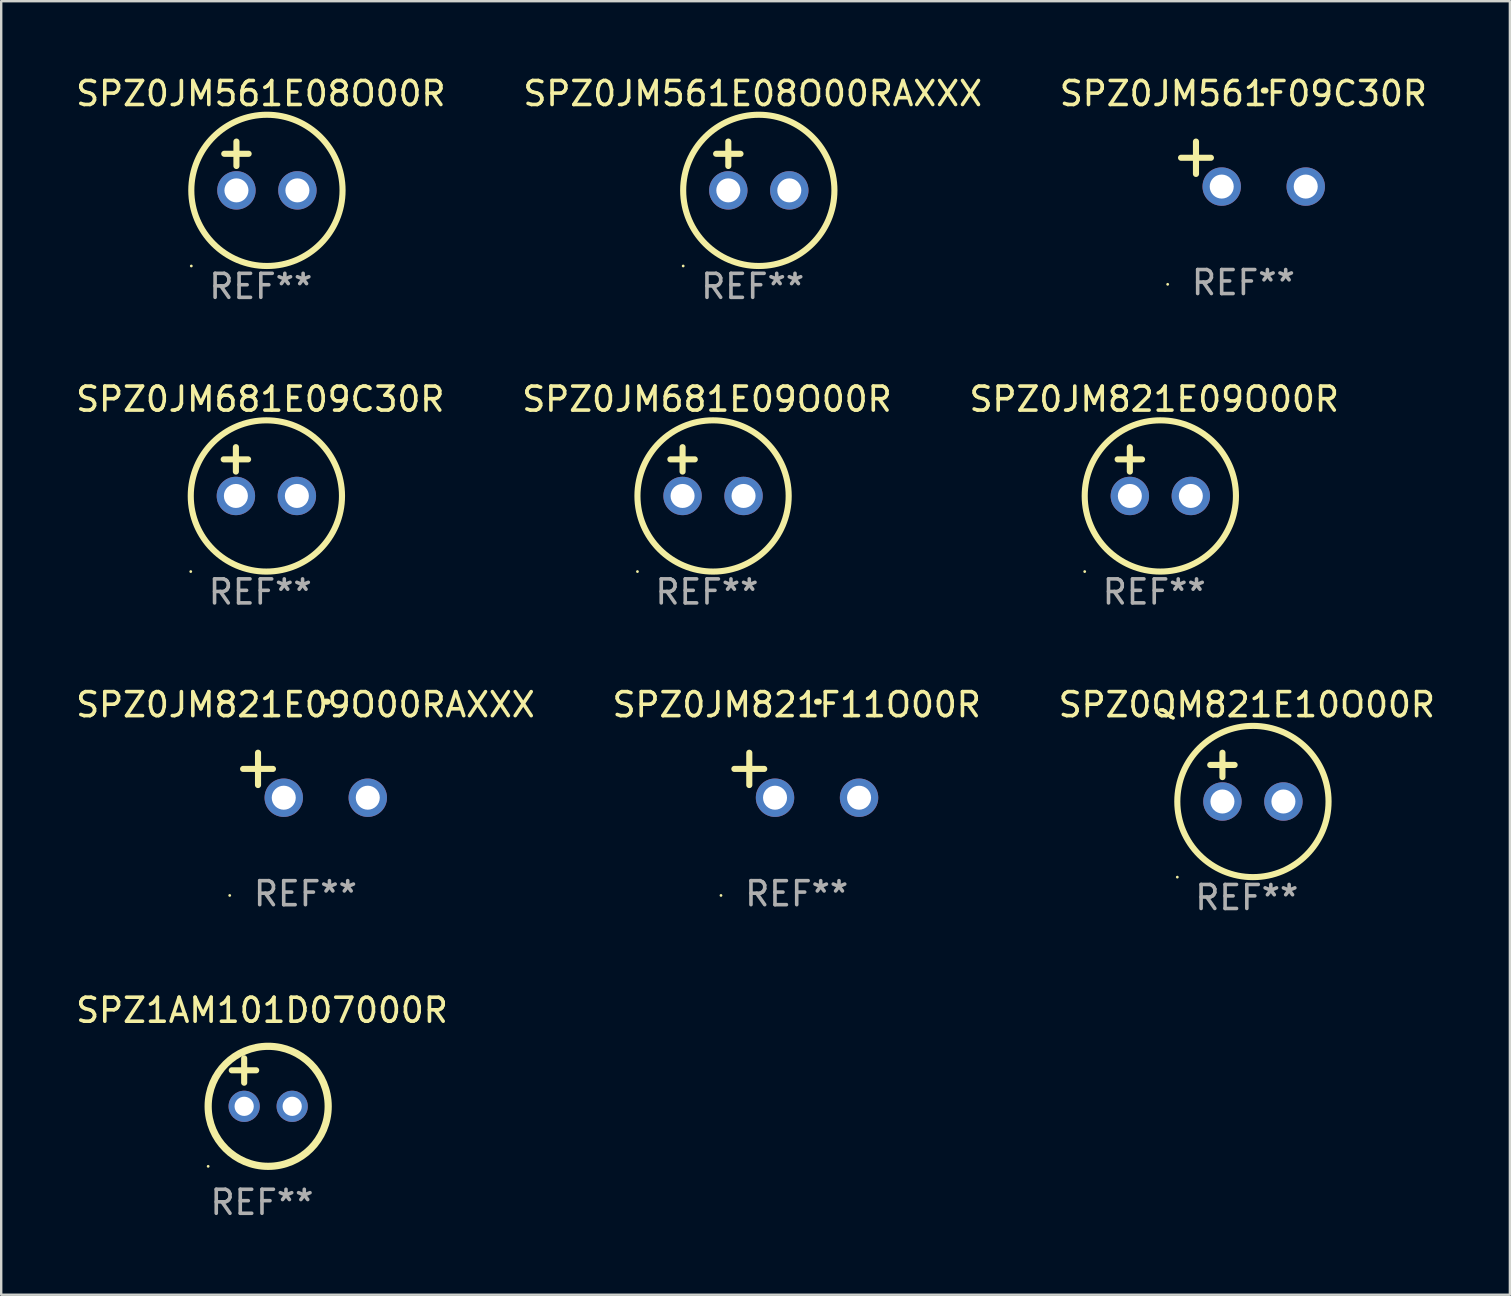
<source format=kicad_pcb>
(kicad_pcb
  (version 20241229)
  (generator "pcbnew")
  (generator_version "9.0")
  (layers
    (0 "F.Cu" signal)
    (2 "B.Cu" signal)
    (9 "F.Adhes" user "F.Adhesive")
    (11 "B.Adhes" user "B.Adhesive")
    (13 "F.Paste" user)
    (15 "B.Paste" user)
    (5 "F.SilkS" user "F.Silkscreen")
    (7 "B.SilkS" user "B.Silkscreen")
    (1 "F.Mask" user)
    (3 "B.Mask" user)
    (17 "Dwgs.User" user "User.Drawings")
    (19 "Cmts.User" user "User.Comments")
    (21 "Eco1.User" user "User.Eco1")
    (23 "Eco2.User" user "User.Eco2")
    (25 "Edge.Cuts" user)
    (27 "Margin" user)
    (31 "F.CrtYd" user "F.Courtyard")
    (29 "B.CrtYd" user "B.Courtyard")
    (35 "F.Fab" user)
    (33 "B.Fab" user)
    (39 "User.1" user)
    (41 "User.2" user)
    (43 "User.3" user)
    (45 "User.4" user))
  (footprint "SPZ0JM821E09O00RAXXX"
    (layer "F.Cu")
    (at 9.673 29.242)
    (property "Reference" "SPZ0JM821E09O00RAXXX" (at 0 -2.937 0) (layer "F.SilkS") (effects (font (size 1 1) (thickness 0.15))))
    (attr through_hole)
    (fp_line (start -1.975 0.41) (end -1.975 -0.937) (stroke (width 0.254) (type solid)) (layer "F.SilkS"))
    (fp_line (start -1.353 -0.263) (end -2.597 -0.263) (stroke (width 0.254) (type solid)) (layer "F.SilkS"))
    (fp_arc (start 0.849809 -3.063957) (mid 0.885369 -3.064114) (end 0.920929 -3.063957) (stroke (width 0.254001) (type solid)) (layer "F.SilkS"))
    (fp_circle (center -3.154 5.008) (end -3.124 5.008) (stroke (width 0.06) (type solid)) (fill no) (layer "F.SilkS"))
    (fp_text user "REF**" (at 0 4.937 0) (layer "F.Fab") (effects (font (size 1 1) (thickness 0.15))))
    (pad "1" thru_hole circle (at -0.903 0.937) (size 1.6 1.6) (drill 1) (layers "*.Cu" "*.Mask"))
    (pad "2" thru_hole circle (at 2.597 0.937) (size 1.6 1.6) (drill 1) (layers "*.Cu" "*.Mask")))
  (footprint "SPZ0JM681E09O00R"
    (layer "F.Cu")
    (at 26.399 16.593)
    (property "Reference" "SPZ0JM681E09O00R" (at 0 -3.016 0) (layer "F.SilkS") (effects (font (size 1 1) (thickness 0.15))))
    (attr through_hole)
    (fp_line (start -1.524 -0.508) (end -0.508 -0.508) (stroke (width 0.254) (type solid)) (layer "F.SilkS"))
    (fp_line (start -1.016 -1.016) (end -1.016 0) (stroke (width 0.254) (type solid)) (layer "F.SilkS"))
    (fp_circle (center -2.896 4.166) (end -2.866 4.166) (stroke (width 0.06) (type solid)) (fill no) (layer "F.SilkS"))
    (fp_circle (center 0.254 1.016) (end 3.404 1.016) (stroke (width 0.254) (type solid)) (fill no) (layer "F.SilkS"))
    (fp_text user "REF**" (at 0 5.016 0) (layer "F.Fab") (effects (font (size 1 1) (thickness 0.15))))
    (pad "1" thru_hole circle (at -1.016 1.016) (size 1.6 1.6) (drill 1) (layers "*.Cu" "*.Mask"))
    (pad "2" thru_hole circle (at 1.524 1.016) (size 1.6 1.6) (drill 1) (layers "*.Cu" "*.Mask")))
  (footprint "SPZ0JM821E09O00R"
    (layer "F.Cu")
    (at 45.03 16.593)
    (property "Reference" "SPZ0JM821E09O00R" (at 0 -3.016 0) (layer "F.SilkS") (effects (font (size 1 1) (thickness 0.15))))
    (attr through_hole)
    (fp_line (start -1.524 -0.508) (end -0.508 -0.508) (stroke (width 0.254) (type solid)) (layer "F.SilkS"))
    (fp_line (start -1.016 -1.016) (end -1.016 0) (stroke (width 0.254) (type solid)) (layer "F.SilkS"))
    (fp_circle (center -2.896 4.166) (end -2.866 4.166) (stroke (width 0.06) (type solid)) (fill no) (layer "F.SilkS"))
    (fp_circle (center 0.254 1.016) (end 3.404 1.016) (stroke (width 0.254) (type solid)) (fill no) (layer "F.SilkS"))
    (fp_text user "REF**" (at 0 5.016 0) (layer "F.Fab") (effects (font (size 1 1) (thickness 0.15))))
    (pad "1" thru_hole circle (at -1.016 1.016) (size 1.6 1.6) (drill 1) (layers "*.Cu" "*.Mask"))
    (pad "2" thru_hole circle (at 1.524 1.016) (size 1.6 1.6) (drill 1) (layers "*.Cu" "*.Mask")))
  (footprint "SPZ0JM561F09C30R"
    (layer "F.Cu")
    (at 48.744 3.785)
    (property "Reference" "SPZ0JM561F09C30R" (at 0 -2.937 0) (layer "F.SilkS") (effects (font (size 1 1) (thickness 0.15))))
    (attr through_hole)
    (fp_line (start -1.975 0.41) (end -1.975 -0.937) (stroke (width 0.254) (type solid)) (layer "F.SilkS"))
    (fp_line (start -1.353 -0.263) (end -2.597 -0.263) (stroke (width 0.254) (type solid)) (layer "F.SilkS"))
    (fp_arc (start 0.849809 -3.063957) (mid 0.885369 -3.064114) (end 0.920929 -3.063957) (stroke (width 0.254001) (type solid)) (layer "F.SilkS"))
    (fp_circle (center -3.154 5.008) (end -3.124 5.008) (stroke (width 0.06) (type solid)) (fill no) (layer "F.SilkS"))
    (fp_text user "REF**" (at 0 4.937 0) (layer "F.Fab") (effects (font (size 1 1) (thickness 0.15))))
    (pad "1" thru_hole circle (at -0.903 0.937) (size 1.6 1.6) (drill 1) (layers "*.Cu" "*.Mask"))
    (pad "2" thru_hole circle (at 2.597 0.937) (size 1.6 1.6) (drill 1) (layers "*.Cu" "*.Mask")))
  (footprint "SPZ1AM101D07000R"
    (layer "F.Cu")
    (at 7.863 42.034)
    (property "Reference" "SPZ1AM101D07000R" (at 0 -3 0) (layer "F.SilkS") (effects (font (size 1 1) (thickness 0.15))))
    (attr through_hole)
    (fp_line (start -1.258 -0.5) (end -0.242 -0.5) (stroke (width 0.254) (type solid)) (layer "F.SilkS"))
    (fp_line (start -0.742 -1) (end -0.742 0.016) (stroke (width 0.254) (type solid)) (layer "F.SilkS"))
    (fp_circle (center -2.242 3.5) (end -2.212 3.5) (stroke (width 0.06) (type solid)) (fill no) (layer "F.SilkS"))
    (fp_circle (center 0.258 1) (end 2.758 1) (stroke (width 0.3) (type solid)) (fill no) (layer "F.SilkS"))
    (fp_text user "REF**" (at 0 5 0) (layer "F.Fab") (effects (font (size 1 1) (thickness 0.15))))
    (pad "1" thru_hole circle (at -0.742 1) (size 1.3 1.3) (drill 0.8) (layers "*.Cu" "*.Mask"))
    (pad "2" thru_hole circle (at 1.258 1) (size 1.3 1.3) (drill 0.8) (layers "*.Cu" "*.Mask")))
  (footprint "SPZ0JM561E08O00RAXXX"
    (layer "F.Cu")
    (at 28.304 3.864)
    (property "Reference" "SPZ0JM561E08O00RAXXX" (at 0 -3.016 0) (layer "F.SilkS") (effects (font (size 1 1) (thickness 0.15))))
    (attr through_hole)
    (fp_line (start -1.524 -0.508) (end -0.508 -0.508) (stroke (width 0.254) (type solid)) (layer "F.SilkS"))
    (fp_line (start -1.016 -1.016) (end -1.016 0) (stroke (width 0.254) (type solid)) (layer "F.SilkS"))
    (fp_circle (center -2.896 4.166) (end -2.866 4.166) (stroke (width 0.06) (type solid)) (fill no) (layer "F.SilkS"))
    (fp_circle (center 0.254 1.016) (end 3.404 1.016) (stroke (width 0.254) (type solid)) (fill no) (layer "F.SilkS"))
    (fp_text user "REF**" (at 0 5.016 0) (layer "F.Fab") (effects (font (size 1 1) (thickness 0.15))))
    (pad "1" thru_hole circle (at -1.016 1.016) (size 1.6 1.6) (drill 1) (layers "*.Cu" "*.Mask"))
    (pad "2" thru_hole circle (at 1.524 1.016) (size 1.6 1.6) (drill 1) (layers "*.Cu" "*.Mask")))
  (footprint "SPZ0QM821E10O00R"
    (layer "F.Cu")
    (at 48.887 29.321)
    (property "Reference" "SPZ0QM821E10O00R" (at 0 -3.016 0) (layer "F.SilkS") (effects (font (size 1 1) (thickness 0.15))))
    (attr through_hole)
    (fp_line (start -1.524 -0.508) (end -0.508 -0.508) (stroke (width 0.254) (type solid)) (layer "F.SilkS"))
    (fp_line (start -1.016 -1.016) (end -1.016 0) (stroke (width 0.254) (type solid)) (layer "F.SilkS"))
    (fp_circle (center -2.896 4.166) (end -2.866 4.166) (stroke (width 0.06) (type solid)) (fill no) (layer "F.SilkS"))
    (fp_circle (center 0.254 1.016) (end 3.404 1.016) (stroke (width 0.254) (type solid)) (fill no) (layer "F.SilkS"))
    (fp_text user "REF**" (at 0 5.016 0) (layer "F.Fab") (effects (font (size 1 1) (thickness 0.15))))
    (pad "1" thru_hole circle (at -1.016 1.016) (size 1.6 1.6) (drill 1) (layers "*.Cu" "*.Mask"))
    (pad "2" thru_hole circle (at 1.524 1.016) (size 1.6 1.6) (drill 1) (layers "*.Cu" "*.Mask")))
  (footprint "SPZ0JM561E08O00R"
    (layer "F.Cu")
    (at 7.815 3.864)
    (property "Reference" "SPZ0JM561E08O00R" (at 0 -3.016 0) (layer "F.SilkS") (effects (font (size 1 1) (thickness 0.15))))
    (attr through_hole)
    (fp_line (start -1.524 -0.508) (end -0.508 -0.508) (stroke (width 0.254) (type solid)) (layer "F.SilkS"))
    (fp_line (start -1.016 -1.016) (end -1.016 0) (stroke (width 0.254) (type solid)) (layer "F.SilkS"))
    (fp_circle (center -2.896 4.166) (end -2.866 4.166) (stroke (width 0.06) (type solid)) (fill no) (layer "F.SilkS"))
    (fp_circle (center 0.254 1.016) (end 3.404 1.016) (stroke (width 0.254) (type solid)) (fill no) (layer "F.SilkS"))
    (fp_text user "REF**" (at 0 5.016 0) (layer "F.Fab") (effects (font (size 1 1) (thickness 0.15))))
    (pad "1" thru_hole circle (at -1.016 1.016) (size 1.6 1.6) (drill 1) (layers "*.Cu" "*.Mask"))
    (pad "2" thru_hole circle (at 1.524 1.016) (size 1.6 1.6) (drill 1) (layers "*.Cu" "*.Mask")))
  (footprint "SPZ0JM681E09C30R"
    (layer "F.Cu")
    (at 7.792 16.593)
    (property "Reference" "SPZ0JM681E09C30R" (at 0 -3.016 0) (layer "F.SilkS") (effects (font (size 1 1) (thickness 0.15))))
    (attr through_hole)
    (fp_line (start -1.524 -0.508) (end -0.508 -0.508) (stroke (width 0.254) (type solid)) (layer "F.SilkS"))
    (fp_line (start -1.016 -1.016) (end -1.016 0) (stroke (width 0.254) (type solid)) (layer "F.SilkS"))
    (fp_circle (center -2.896 4.166) (end -2.866 4.166) (stroke (width 0.06) (type solid)) (fill no) (layer "F.SilkS"))
    (fp_circle (center 0.254 1.016) (end 3.404 1.016) (stroke (width 0.254) (type solid)) (fill no) (layer "F.SilkS"))
    (fp_text user "REF**" (at 0 5.016 0) (layer "F.Fab") (effects (font (size 1 1) (thickness 0.15))))
    (pad "1" thru_hole circle (at -1.016 1.016) (size 1.6 1.6) (drill 1) (layers "*.Cu" "*.Mask"))
    (pad "2" thru_hole circle (at 1.524 1.016) (size 1.6 1.6) (drill 1) (layers "*.Cu" "*.Mask")))
  (footprint "SPZ0JM821F11O00R"
    (layer "F.Cu")
    (at 30.137 29.242)
    (property "Reference" "SPZ0JM821F11O00R" (at 0 -2.937 0) (layer "F.SilkS") (effects (font (size 1 1) (thickness 0.15))))
    (attr through_hole)
    (fp_line (start -1.975 0.41) (end -1.975 -0.937) (stroke (width 0.254) (type solid)) (layer "F.SilkS"))
    (fp_line (start -1.353 -0.263) (end -2.597 -0.263) (stroke (width 0.254) (type solid)) (layer "F.SilkS"))
    (fp_arc (start 0.849809 -3.063957) (mid 0.885369 -3.064114) (end 0.920929 -3.063957) (stroke (width 0.254001) (type solid)) (layer "F.SilkS"))
    (fp_circle (center -3.154 5.008) (end -3.124 5.008) (stroke (width 0.06) (type solid)) (fill no) (layer "F.SilkS"))
    (fp_text user "REF**" (at 0 4.937 0) (layer "F.Fab") (effects (font (size 1 1) (thickness 0.15))))
    (pad "1" thru_hole circle (at -0.903 0.937) (size 1.6 1.6) (drill 1) (layers "*.Cu" "*.Mask"))
    (pad "2" thru_hole circle (at 2.597 0.937) (size 1.6 1.6) (drill 1) (layers "*.Cu" "*.Mask")))
  (gr_rect
    (start -3 -3)
    (end 59.845 50.882)
    (stroke (width 0.1) (type default))
    (fill no)
    (layer "Edge.Cuts")))
</source>
